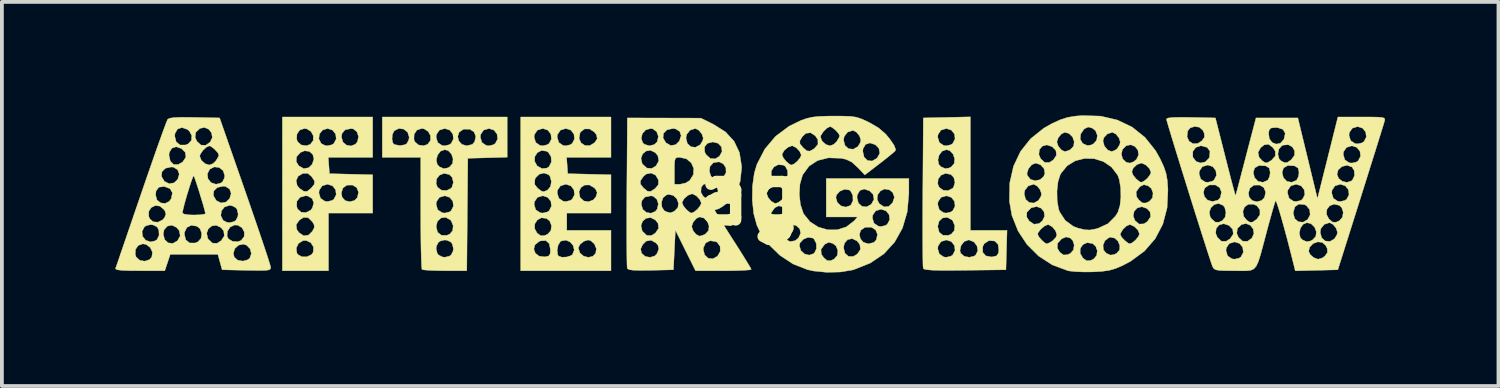
<source format=kicad_pcb>
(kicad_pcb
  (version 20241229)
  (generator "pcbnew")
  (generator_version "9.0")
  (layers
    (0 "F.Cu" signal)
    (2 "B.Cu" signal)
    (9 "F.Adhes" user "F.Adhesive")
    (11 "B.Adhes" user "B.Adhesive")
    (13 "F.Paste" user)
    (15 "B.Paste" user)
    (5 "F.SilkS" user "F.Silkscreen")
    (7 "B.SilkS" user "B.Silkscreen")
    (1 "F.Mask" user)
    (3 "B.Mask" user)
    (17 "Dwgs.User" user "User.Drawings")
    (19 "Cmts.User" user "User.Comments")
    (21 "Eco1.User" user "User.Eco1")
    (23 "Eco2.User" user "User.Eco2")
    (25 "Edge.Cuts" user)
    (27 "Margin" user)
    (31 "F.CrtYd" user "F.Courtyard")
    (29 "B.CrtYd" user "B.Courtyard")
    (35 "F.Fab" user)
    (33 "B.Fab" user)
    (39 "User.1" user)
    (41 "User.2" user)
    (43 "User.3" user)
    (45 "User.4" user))
  (footprint "ag"
    (layer "F.Cu")
    (at 16.758 2.074)
    (property "Reference" "ag" (at 0 0 0) (layer "F.SilkS") (effects (font (size 1.524 1.524) (thickness 0.3))))
    (attr through_hole)
    (fp_poly (pts (xy 5.842 0.965) (xy 6.811 0.965) (xy 6.782 2.007) (xy 5.701 2.02) (xy 5.324 2.024) (xy 5.038 2.023) (xy 4.833 2.017) (xy 4.698 2.006) (xy 4.622 1.99) (xy 4.596 1.969) (xy 4.59 1.906) (xy 4.586 1.752) (xy 4.583 1.519) (xy 4.583 1.448) (xy 4.978 1.448) (xy 5.021 1.589) (xy 5.136 1.667) (xy 5.207 1.676) (xy 5.324 1.649) (xy 5.375 1.615) (xy 5.435 1.498) (xy 5.566 1.498) (xy 5.586 1.571) (xy 5.679 1.651) (xy 5.814 1.677) (xy 5.944 1.645) (xy 5.984 1.615) (xy 6.039 1.501) (xy 6.021 1.398) (xy 6.167 1.398) (xy 6.169 1.546) (xy 6.252 1.64) (xy 6.403 1.668) (xy 6.422 1.666) (xy 6.535 1.639) (xy 6.583 1.566) (xy 6.594 1.494) (xy 6.574 1.337) (xy 6.486 1.247) (xy 6.343 1.236) (xy 6.326 1.24) (xy 6.207 1.317) (xy 6.167 1.398) (xy 6.021 1.398) (xy 6.017 1.376) (xy 5.936 1.271) (xy 5.811 1.22) (xy 5.789 1.219) (xy 5.676 1.263) (xy 5.594 1.369) (xy 5.566 1.498) (xy 5.435 1.498) (xy 5.437 1.494) (xy 5.421 1.365) (xy 5.34 1.262) (xy 5.21 1.219) (xy 5.207 1.219) (xy 5.066 1.262) (xy 4.988 1.377) (xy 4.978 1.448) (xy 4.583 1.448) (xy 4.581 1.219) (xy 4.581 0.864) (xy 4.581 0.863) (xy 4.978 0.863) (xy 5.017 1.014) (xy 5.118 1.095) (xy 5.262 1.096) (xy 5.337 1.065) (xy 5.416 0.973) (xy 5.43 0.842) (xy 5.377 0.714) (xy 5.356 0.689) (xy 5.231 0.621) (xy 5.108 0.637) (xy 5.014 0.724) (xy 4.978 0.863) (xy 4.581 0.863) (xy 4.581 0.464) (xy 4.582 0.279) (xy 4.978 0.279) (xy 5.021 0.421) (xy 5.136 0.499) (xy 5.207 0.508) (xy 5.324 0.48) (xy 5.375 0.447) (xy 5.437 0.326) (xy 5.421 0.197) (xy 5.34 0.094) (xy 5.21 0.051) (xy 5.207 0.051) (xy 5.066 0.093) (xy 4.988 0.208) (xy 4.978 0.279) (xy 4.582 0.279) (xy 4.584 0.031) (xy 4.584 -0.051) (xy 4.586 -0.264) (xy 4.979 -0.264) (xy 5.017 -0.173) (xy 5.121 -0.096) (xy 5.255 -0.087) (xy 5.373 -0.146) (xy 5.397 -0.174) (xy 5.435 -0.304) (xy 5.403 -0.435) (xy 5.328 -0.511) (xy 5.188 -0.541) (xy 5.068 -0.494) (xy 4.991 -0.394) (xy 4.979 -0.264) (xy 4.586 -0.264) (xy 4.59 -0.896) (xy 4.984 -0.896) (xy 5.008 -0.777) (xy 5.067 -0.715) (xy 5.177 -0.667) (xy 5.274 -0.682) (xy 5.337 -0.713) (xy 5.414 -0.802) (xy 5.427 -0.926) (xy 5.385 -1.051) (xy 5.298 -1.143) (xy 5.207 -1.168) (xy 5.094 -1.127) (xy 5.016 -1.024) (xy 4.984 -0.896) (xy 4.59 -0.896) (xy 4.594 -1.499) (xy 4.978 -1.499) (xy 5.021 -1.357) (xy 5.136 -1.279) (xy 5.207 -1.27) (xy 5.324 -1.298) (xy 5.375 -1.331) (xy 5.437 -1.452) (xy 5.421 -1.581) (xy 5.34 -1.684) (xy 5.21 -1.727) (xy 5.207 -1.727) (xy 5.066 -1.685) (xy 4.988 -1.57) (xy 4.978 -1.499) (xy 4.594 -1.499) (xy 4.597 -2.007) (xy 5.842 -2.035) (xy 5.842 0.965)) (stroke (width 0.01) (type solid)) (fill yes) (layer "F.SilkS"))
    (fp_poly (pts (xy -9.957 -0.965) (xy -10.544 -0.965) (xy -11.131 -0.965) (xy -11.115 -0.749) (xy -11.1 -0.533) (xy -10.528 -0.519) (xy -9.957 -0.505) (xy -9.957 0.508) (xy -11.125 0.508) (xy -11.125 2.032) (xy -12.344 2.032) (xy -12.344 1.43) (xy -11.976 1.43) (xy -11.963 1.559) (xy -11.935 1.603) (xy -11.829 1.664) (xy -11.694 1.663) (xy -11.576 1.607) (xy -11.527 1.539) (xy -11.522 1.402) (xy -11.593 1.291) (xy -11.713 1.233) (xy -11.802 1.238) (xy -11.918 1.31) (xy -11.976 1.43) (xy -12.344 1.43) (xy -12.344 0.816) (xy -11.979 0.816) (xy -11.962 0.945) (xy -11.905 1.025) (xy -11.78 1.108) (xy -11.655 1.091) (xy -11.552 0.991) (xy -11.499 0.891) (xy -11.507 0.813) (xy -11.552 0.737) (xy -11.662 0.63) (xy -11.786 0.624) (xy -11.896 0.694) (xy -11.979 0.816) (xy -12.344 0.816) (xy -12.344 0.337) (xy -11.966 0.337) (xy -11.94 0.403) (xy -11.848 0.485) (xy -11.723 0.495) (xy -11.602 0.436) (xy -11.555 0.381) (xy -11.513 0.241) (xy -11.557 0.124) (xy -11.672 0.057) (xy -11.734 0.051) (xy -11.879 0.092) (xy -11.961 0.196) (xy -11.966 0.337) (xy -12.344 0.337) (xy -12.344 -0.025) (xy -11.379 -0.025) (xy -11.337 0.116) (xy -11.222 0.194) (xy -11.151 0.203) (xy -11.034 0.176) (xy -10.983 0.142) (xy -10.921 0.021) (xy -10.926 -0.02) (xy -10.786 -0.02) (xy -10.765 0.089) (xy -10.686 0.178) (xy -10.564 0.208) (xy -10.44 0.177) (xy -10.362 0.1) (xy -10.33 -0.045) (xy -10.38 -0.167) (xy -10.491 -0.233) (xy -10.641 -0.23) (xy -10.746 -0.151) (xy -10.786 -0.02) (xy -10.926 -0.02) (xy -10.937 -0.108) (xy -11.017 -0.211) (xy -11.148 -0.254) (xy -11.151 -0.254) (xy -11.292 -0.211) (xy -11.37 -0.097) (xy -11.379 -0.025) (xy -12.344 -0.025) (xy -12.344 -0.349) (xy -11.98 -0.349) (xy -11.953 -0.219) (xy -11.889 -0.144) (xy -11.775 -0.067) (xy -11.69 -0.066) (xy -11.592 -0.143) (xy -11.582 -0.152) (xy -11.5 -0.253) (xy -11.494 -0.338) (xy -11.565 -0.448) (xy -11.574 -0.459) (xy -11.672 -0.541) (xy -11.79 -0.543) (xy -11.802 -0.54) (xy -11.927 -0.467) (xy -11.98 -0.349) (xy -12.344 -0.349) (xy -12.344 -0.849) (xy -11.977 -0.849) (xy -11.909 -0.74) (xy -11.779 -0.667) (xy -11.649 -0.69) (xy -11.557 -0.78) (xy -11.509 -0.922) (xy -11.541 -1.043) (xy -11.63 -1.122) (xy -11.757 -1.138) (xy -11.865 -1.095) (xy -11.968 -0.981) (xy -11.977 -0.849) (xy -12.344 -0.849) (xy -12.344 -1.443) (xy -11.966 -1.443) (xy -11.941 -1.378) (xy -11.846 -1.293) (xy -11.711 -1.271) (xy -11.604 -1.309) (xy -11.528 -1.411) (xy -11.527 -1.455) (xy -11.381 -1.455) (xy -11.32 -1.333) (xy -11.318 -1.331) (xy -11.219 -1.28) (xy -11.151 -1.27) (xy -11.034 -1.298) (xy -10.983 -1.331) (xy -10.921 -1.452) (xy -10.926 -1.499) (xy -10.782 -1.499) (xy -10.743 -1.367) (xy -10.647 -1.287) (xy -10.526 -1.266) (xy -10.411 -1.313) (xy -10.36 -1.378) (xy -10.331 -1.514) (xy -10.371 -1.637) (xy -10.465 -1.715) (xy -10.527 -1.726) (xy -10.686 -1.693) (xy -10.768 -1.595) (xy -10.782 -1.499) (xy -10.926 -1.499) (xy -10.937 -1.581) (xy -11.017 -1.684) (xy -11.148 -1.727) (xy -11.151 -1.727) (xy -11.282 -1.686) (xy -11.363 -1.584) (xy -11.381 -1.455) (xy -11.527 -1.455) (xy -11.526 -1.534) (xy -11.586 -1.647) (xy -11.697 -1.718) (xy -11.764 -1.727) (xy -11.886 -1.685) (xy -11.959 -1.579) (xy -11.966 -1.443) (xy -12.344 -1.443) (xy -12.344 -2.032) (xy -9.957 -2.032) (xy -9.957 -0.965)) (stroke (width 0.01) (type solid)) (fill yes) (layer "F.SilkS"))
    (fp_poly (pts (xy -6.401 -0.969) (xy -6.921 -0.954) (xy -7.442 -0.94) (xy -7.456 0.546) (xy -7.469 2.032) (xy -8.044 2.032) (xy -8.276 2.029) (xy -8.47 2.021) (xy -8.603 2.01) (xy -8.653 1.998) (xy -8.662 1.941) (xy -8.669 1.794) (xy -8.676 1.573) (xy -8.679 1.448) (xy -8.28 1.448) (xy -8.253 1.564) (xy -8.219 1.615) (xy -8.12 1.666) (xy -8.052 1.676) (xy -7.935 1.649) (xy -7.884 1.615) (xy -7.833 1.516) (xy -7.823 1.448) (xy -7.851 1.331) (xy -7.884 1.28) (xy -7.983 1.229) (xy -8.052 1.219) (xy -8.168 1.247) (xy -8.219 1.28) (xy -8.27 1.379) (xy -8.28 1.448) (xy -8.679 1.448) (xy -8.682 1.289) (xy -8.685 0.955) (xy -8.686 0.863) (xy -8.28 0.863) (xy -8.242 1.014) (xy -8.141 1.095) (xy -7.997 1.096) (xy -7.921 1.065) (xy -7.843 0.973) (xy -7.829 0.842) (xy -7.882 0.714) (xy -7.903 0.689) (xy -8.028 0.621) (xy -8.151 0.637) (xy -8.245 0.724) (xy -8.28 0.863) (xy -8.686 0.863) (xy -8.687 0.586) (xy -8.687 0.5) (xy -8.687 0.279) (xy -8.28 0.279) (xy -8.238 0.421) (xy -8.123 0.499) (xy -8.052 0.508) (xy -7.935 0.48) (xy -7.884 0.447) (xy -7.822 0.326) (xy -7.838 0.197) (xy -7.918 0.094) (xy -8.049 0.051) (xy -8.052 0.051) (xy -8.193 0.093) (xy -8.271 0.208) (xy -8.28 0.279) (xy -8.687 0.279) (xy -8.687 -0.264) (xy -8.28 -0.264) (xy -8.242 -0.173) (xy -8.137 -0.096) (xy -8.004 -0.087) (xy -7.886 -0.146) (xy -7.862 -0.174) (xy -7.824 -0.304) (xy -7.856 -0.435) (xy -7.931 -0.511) (xy -8.071 -0.541) (xy -8.191 -0.494) (xy -8.268 -0.394) (xy -8.28 -0.264) (xy -8.687 -0.264) (xy -8.687 -0.896) (xy -8.275 -0.896) (xy -8.25 -0.777) (xy -8.191 -0.715) (xy -8.082 -0.667) (xy -7.985 -0.682) (xy -7.921 -0.713) (xy -7.845 -0.802) (xy -7.832 -0.926) (xy -7.874 -1.051) (xy -7.96 -1.143) (xy -8.052 -1.168) (xy -8.165 -1.127) (xy -8.242 -1.024) (xy -8.275 -0.896) (xy -8.687 -0.896) (xy -8.687 -0.965) (xy -9.703 -0.965) (xy -9.703 -1.448) (xy -9.446 -1.448) (xy -9.423 -1.343) (xy -9.385 -1.304) (xy -9.235 -1.275) (xy -9.099 -1.3) (xy -9.053 -1.331) (xy -9.002 -1.43) (xy -9 -1.443) (xy -8.867 -1.443) (xy -8.843 -1.378) (xy -8.747 -1.293) (xy -8.612 -1.271) (xy -8.505 -1.309) (xy -8.429 -1.411) (xy -8.428 -1.499) (xy -8.28 -1.499) (xy -8.238 -1.357) (xy -8.123 -1.279) (xy -8.052 -1.27) (xy -7.935 -1.298) (xy -7.884 -1.331) (xy -7.822 -1.452) (xy -7.83 -1.518) (xy -7.709 -1.518) (xy -7.683 -1.402) (xy -7.601 -1.309) (xy -7.47 -1.27) (xy -7.468 -1.27) (xy -7.323 -1.308) (xy -7.263 -1.374) (xy -7.235 -1.499) (xy -7.112 -1.499) (xy -7.069 -1.357) (xy -6.955 -1.279) (xy -6.883 -1.27) (xy -6.767 -1.298) (xy -6.716 -1.331) (xy -6.653 -1.452) (xy -6.67 -1.581) (xy -6.75 -1.684) (xy -6.881 -1.727) (xy -6.883 -1.727) (xy -7.025 -1.685) (xy -7.103 -1.57) (xy -7.112 -1.499) (xy -7.235 -1.499) (xy -7.23 -1.518) (xy -7.279 -1.637) (xy -7.389 -1.708) (xy -7.541 -1.71) (xy -7.567 -1.703) (xy -7.672 -1.629) (xy -7.709 -1.518) (xy -7.83 -1.518) (xy -7.838 -1.581) (xy -7.918 -1.684) (xy -8.049 -1.727) (xy -8.052 -1.727) (xy -8.193 -1.685) (xy -8.271 -1.57) (xy -8.28 -1.499) (xy -8.428 -1.499) (xy -8.427 -1.534) (xy -8.487 -1.647) (xy -8.598 -1.718) (xy -8.665 -1.727) (xy -8.787 -1.685) (xy -8.86 -1.579) (xy -8.867 -1.443) (xy -9 -1.443) (xy -8.992 -1.499) (xy -9.033 -1.63) (xy -9.135 -1.711) (xy -9.264 -1.729) (xy -9.386 -1.668) (xy -9.388 -1.666) (xy -9.435 -1.572) (xy -9.446 -1.448) (xy -9.703 -1.448) (xy -9.703 -2.032) (xy -6.401 -2.032) (xy -6.401 -0.969)) (stroke (width 0.01) (type solid)) (fill yes) (layer "F.SilkS"))
    (fp_poly (pts (xy -3.658 -0.965) (xy -4.245 -0.965) (xy -4.832 -0.965) (xy -4.816 -0.749) (xy -4.801 -0.533) (xy -4.229 -0.519) (xy -3.658 -0.505) (xy -3.658 0.508) (xy -4.826 0.508) (xy -4.826 0.965) (xy -3.658 0.965) (xy -3.658 2.032) (xy -6.045 2.032) (xy -6.045 1.46) (xy -5.697 1.46) (xy -5.658 1.568) (xy -5.559 1.646) (xy -5.41 1.666) (xy -5.306 1.644) (xy -5.265 1.583) (xy -5.259 1.491) (xy -5.08 1.491) (xy -5.067 1.607) (xy -5.046 1.643) (xy -4.956 1.675) (xy -4.827 1.669) (xy -4.711 1.631) (xy -4.676 1.603) (xy -4.629 1.485) (xy -4.642 1.429) (xy -4.521 1.429) (xy -4.481 1.559) (xy -4.383 1.646) (xy -4.258 1.679) (xy -4.136 1.65) (xy -4.062 1.571) (xy -4.045 1.448) (xy -4.096 1.324) (xy -4.193 1.237) (xy -4.265 1.219) (xy -4.375 1.254) (xy -4.474 1.333) (xy -4.521 1.424) (xy -4.521 1.429) (xy -4.642 1.429) (xy -4.657 1.367) (xy -4.738 1.272) (xy -4.849 1.224) (xy -4.968 1.245) (xy -5.001 1.267) (xy -5.056 1.36) (xy -5.08 1.491) (xy -5.259 1.491) (xy -5.258 1.479) (xy -5.289 1.317) (xy -5.377 1.236) (xy -5.513 1.241) (xy -5.559 1.259) (xy -5.668 1.348) (xy -5.697 1.46) (xy -6.045 1.46) (xy -6.045 0.919) (xy -5.677 0.919) (xy -5.61 1.038) (xy -5.512 1.108) (xy -5.409 1.101) (xy -5.331 1.065) (xy -5.247 0.971) (xy -5.23 0.843) (xy -5.276 0.72) (xy -5.359 0.651) (xy -5.495 0.632) (xy -5.604 0.689) (xy -5.671 0.793) (xy -5.677 0.919) (xy -6.045 0.919) (xy -6.045 0.279) (xy -5.69 0.279) (xy -5.647 0.421) (xy -5.532 0.499) (xy -5.461 0.508) (xy -5.344 0.48) (xy -5.293 0.447) (xy -5.231 0.326) (xy -5.247 0.197) (xy -5.328 0.094) (xy -5.458 0.051) (xy -5.461 0.051) (xy -5.602 0.093) (xy -5.68 0.208) (xy -5.69 0.279) (xy -6.045 0.279) (xy -6.045 -0.025) (xy -5.08 -0.025) (xy -5.037 0.116) (xy -4.923 0.194) (xy -4.851 0.203) (xy -4.735 0.176) (xy -4.684 0.142) (xy -4.621 0.021) (xy -4.631 -0.054) (xy -4.504 -0.054) (xy -4.478 0.086) (xy -4.471 0.1) (xy -4.376 0.188) (xy -4.247 0.207) (xy -4.123 0.159) (xy -4.054 0.074) (xy -4.023 -0.032) (xy -4.06 -0.117) (xy -4.101 -0.161) (xy -4.229 -0.236) (xy -4.355 -0.232) (xy -4.454 -0.166) (xy -4.504 -0.054) (xy -4.631 -0.054) (xy -4.638 -0.108) (xy -4.718 -0.211) (xy -4.849 -0.254) (xy -4.851 -0.254) (xy -4.993 -0.211) (xy -5.071 -0.097) (xy -5.08 -0.025) (xy -6.045 -0.025) (xy -6.045 -0.249) (xy -5.675 -0.249) (xy -5.599 -0.152) (xy -5.59 -0.144) (xy -5.496 -0.073) (xy -5.434 -0.057) (xy -5.355 -0.091) (xy -5.331 -0.103) (xy -5.256 -0.194) (xy -5.233 -0.326) (xy -5.266 -0.455) (xy -5.308 -0.507) (xy -5.428 -0.551) (xy -5.556 -0.518) (xy -5.651 -0.424) (xy -5.671 -0.372) (xy -5.675 -0.249) (xy -6.045 -0.249) (xy -6.045 -0.859) (xy -5.677 -0.859) (xy -5.61 -0.74) (xy -5.482 -0.668) (xy -5.35 -0.681) (xy -5.293 -0.721) (xy -5.233 -0.843) (xy -5.242 -0.983) (xy -5.314 -1.098) (xy -5.359 -1.127) (xy -5.495 -1.146) (xy -5.604 -1.089) (xy -5.671 -0.985) (xy -5.677 -0.859) (xy -6.045 -0.859) (xy -6.045 -1.499) (xy -5.69 -1.499) (xy -5.647 -1.357) (xy -5.532 -1.279) (xy -5.461 -1.27) (xy -5.344 -1.298) (xy -5.293 -1.331) (xy -5.231 -1.452) (xy -5.237 -1.499) (xy -5.08 -1.499) (xy -5.037 -1.357) (xy -4.923 -1.279) (xy -4.851 -1.27) (xy -4.735 -1.298) (xy -4.684 -1.331) (xy -4.621 -1.452) (xy -4.623 -1.462) (xy -4.501 -1.462) (xy -4.449 -1.347) (xy -4.347 -1.279) (xy -4.219 -1.275) (xy -4.093 -1.35) (xy -4.021 -1.456) (xy -4.041 -1.56) (xy -4.097 -1.634) (xy -4.222 -1.715) (xy -4.353 -1.717) (xy -4.457 -1.642) (xy -4.477 -1.607) (xy -4.501 -1.462) (xy -4.623 -1.462) (xy -4.638 -1.581) (xy -4.718 -1.684) (xy -4.849 -1.727) (xy -4.851 -1.727) (xy -4.993 -1.685) (xy -5.071 -1.57) (xy -5.08 -1.499) (xy -5.237 -1.499) (xy -5.247 -1.581) (xy -5.328 -1.684) (xy -5.458 -1.727) (xy -5.461 -1.727) (xy -5.602 -1.685) (xy -5.68 -1.57) (xy -5.69 -1.499) (xy -6.045 -1.499) (xy -6.045 -2.032) (xy -3.658 -2.032) (xy -3.658 -0.965)) (stroke (width 0.01) (type solid)) (fill yes) (layer "F.SilkS"))
    (fp_poly (pts (xy -1.284 -2.002) (xy -0.947 -1.836) (xy -0.63 -1.636) (xy -0.404 -1.39) (xy -0.263 -1.094) (xy -0.207 -0.741) (xy -0.205 -0.682) (xy -0.244 -0.328) (xy -0.362 -0.025) (xy -0.558 0.216) (xy -0.573 0.229) (xy -0.701 0.329) (xy -0.807 0.393) (xy -0.847 0.406) (xy -0.909 0.424) (xy -0.914 0.435) (xy -0.888 0.484) (xy -0.816 0.605) (xy -0.706 0.783) (xy -0.567 1.003) (xy -0.432 1.214) (xy -0.275 1.459) (xy -0.14 1.675) (xy -0.035 1.846) (xy 0.032 1.959) (xy 0.051 1.999) (xy 0.003 2.01) (xy -0.129 2.02) (xy -0.326 2.028) (xy -0.571 2.032) (xy -0.686 2.032) (xy -1.423 2.032) (xy -1.701 1.472) (xy -1.219 1.472) (xy -1.181 1.617) (xy -1.086 1.703) (xy -0.963 1.716) (xy -0.842 1.647) (xy -0.769 1.52) (xy -0.774 1.386) (xy -0.851 1.281) (xy -0.883 1.264) (xy -1.035 1.238) (xy -1.154 1.296) (xy -1.215 1.424) (xy -1.219 1.472) (xy -1.701 1.472) (xy -1.956 0.959) (xy -2.007 2.007) (xy -2.604 2.021) (xy -2.878 2.024) (xy -3.064 2.019) (xy -3.175 2.003) (xy -3.224 1.977) (xy -3.227 1.97) (xy -3.233 1.906) (xy -3.237 1.752) (xy -3.24 1.519) (xy -3.24 1.458) (xy -2.874 1.458) (xy -2.851 1.562) (xy -2.847 1.571) (xy -2.754 1.654) (xy -2.624 1.678) (xy -2.5 1.641) (xy -2.44 1.578) (xy -2.392 1.452) (xy -2.418 1.356) (xy -2.467 1.299) (xy -2.597 1.226) (xy -2.727 1.249) (xy -2.822 1.343) (xy -2.874 1.458) (xy -3.24 1.458) (xy -3.242 1.219) (xy -3.242 0.864) (xy -3.242 0.839) (xy -2.865 0.839) (xy -2.835 0.973) (xy -2.822 0.994) (xy -2.712 1.098) (xy -2.588 1.102) (xy -2.481 1.034) (xy -2.397 0.907) (xy -2.403 0.864) (xy -1.524 0.864) (xy -1.489 0.972) (xy -1.409 1.071) (xy -1.319 1.117) (xy -1.314 1.118) (xy -1.231 1.095) (xy -1.165 1.065) (xy -1.08 0.973) (xy -1.066 0.85) (xy -1.111 0.728) (xy -1.205 0.638) (xy -1.314 0.61) (xy -1.403 0.651) (xy -1.485 0.748) (xy -1.524 0.857) (xy -1.524 0.864) (xy -2.403 0.864) (xy -2.415 0.777) (xy -2.486 0.689) (xy -2.61 0.628) (xy -2.73 0.646) (xy -2.822 0.723) (xy -2.865 0.839) (xy -3.242 0.839) (xy -3.242 0.464) (xy -3.241 0.279) (xy -2.857 0.279) (xy -2.818 0.411) (xy -2.722 0.491) (xy -2.601 0.512) (xy -2.486 0.465) (xy -2.435 0.4) (xy -2.406 0.264) (xy -2.421 0.218) (xy -2.323 0.218) (xy -2.314 0.345) (xy -2.252 0.444) (xy -2.195 0.473) (xy -2.112 0.496) (xy -2.092 0.502) (xy -2.041 0.486) (xy -1.978 0.455) (xy -1.89 0.364) (xy -1.874 0.246) (xy -1.878 0.236) (xy -1.778 0.236) (xy -1.742 0.322) (xy -1.66 0.421) (xy -1.568 0.494) (xy -1.524 0.508) (xy -1.454 0.475) (xy -1.372 0.406) (xy -1.297 0.312) (xy -1.27 0.245) (xy -1.31 0.149) (xy -1.4 0.053) (xy -1.5 0.001) (xy -1.515 0) (xy -1.62 0.037) (xy -1.72 0.122) (xy -1.776 0.218) (xy -1.778 0.236) (xy -1.878 0.236) (xy -1.918 0.13) (xy -2.007 0.044) (xy -2.13 0.015) (xy -2.184 0.025) (xy -2.279 0.099) (xy -2.323 0.218) (xy -2.421 0.218) (xy -2.447 0.141) (xy -2.541 0.063) (xy -2.602 0.052) (xy -2.761 0.085) (xy -2.843 0.183) (xy -2.857 0.279) (xy -3.241 0.279) (xy -3.24 0.031) (xy -3.239 -0.04) (xy -1.281 -0.04) (xy -1.22 0.066) (xy -1.118 0.133) (xy -1 0.147) (xy -0.896 0.093) (xy -0.86 0.044) (xy -0.828 -0.083) (xy -0.859 -0.187) (xy -0.923 -0.276) (xy -1.026 -0.299) (xy -1.074 -0.295) (xy -1.217 -0.247) (xy -1.273 -0.171) (xy -1.281 -0.04) (xy -3.239 -0.04) (xy -3.239 -0.051) (xy -3.238 -0.26) (xy -2.88 -0.26) (xy -2.804 -0.162) (xy -2.794 -0.152) (xy -2.693 -0.07) (xy -2.608 -0.064) (xy -2.499 -0.135) (xy -2.487 -0.144) (xy -2.405 -0.242) (xy -2.403 -0.36) (xy -2.406 -0.372) (xy -2.48 -0.497) (xy -2.598 -0.55) (xy -2.728 -0.523) (xy -2.803 -0.459) (xy -2.879 -0.345) (xy -2.88 -0.26) (xy -3.238 -0.26) (xy -3.235 -0.61) (xy -1.981 -0.61) (xy -1.981 -0.254) (xy -1.829 -0.254) (xy -1.68 -0.288) (xy -1.575 -0.356) (xy -1.48 -0.509) (xy -1.475 -0.598) (xy -1.058 -0.598) (xy -1.018 -0.472) (xy -0.931 -0.381) (xy -0.838 -0.356) (xy -0.749 -0.389) (xy -0.689 -0.435) (xy -0.616 -0.562) (xy -0.621 -0.689) (xy -0.688 -0.792) (xy -0.8 -0.846) (xy -0.938 -0.827) (xy -0.959 -0.816) (xy -1.041 -0.724) (xy -1.058 -0.598) (xy -1.475 -0.598) (xy -1.471 -0.672) (xy -1.535 -0.819) (xy -1.662 -0.925) (xy -1.84 -0.965) (xy -1.914 -0.961) (xy -1.956 -0.935) (xy -1.975 -0.865) (xy -1.981 -0.727) (xy -1.981 -0.61) (xy -3.235 -0.61) (xy -3.233 -0.939) (xy -2.865 -0.939) (xy -2.835 -0.805) (xy -2.822 -0.784) (xy -2.708 -0.681) (xy -2.577 -0.672) (xy -2.467 -0.74) (xy -2.394 -0.871) (xy -2.419 -1.008) (xy -2.486 -1.089) (xy -2.61 -1.15) (xy -2.73 -1.132) (xy -2.822 -1.055) (xy -2.865 -0.939) (xy -3.233 -0.939) (xy -3.229 -1.469) (xy -2.858 -1.469) (xy -2.819 -1.353) (xy -2.772 -1.309) (xy -2.642 -1.27) (xy -2.511 -1.303) (xy -2.435 -1.378) (xy -2.413 -1.479) (xy -2.282 -1.479) (xy -2.207 -1.351) (xy -2.206 -1.35) (xy -2.077 -1.277) (xy -1.946 -1.3) (xy -1.852 -1.394) (xy -1.824 -1.474) (xy -1.676 -1.474) (xy -1.638 -1.329) (xy -1.544 -1.244) (xy -1.42 -1.231) (xy -1.409 -1.237) (xy -1.187 -1.237) (xy -1.179 -1.103) (xy -1.145 -1.038) (xy -1.032 -0.935) (xy -0.9 -0.926) (xy -0.791 -0.994) (xy -0.722 -1.119) (xy -0.738 -1.242) (xy -0.825 -1.336) (xy -0.965 -1.372) (xy -1.112 -1.334) (xy -1.187 -1.237) (xy -1.409 -1.237) (xy -1.299 -1.299) (xy -1.234 -1.405) (xy -1.219 -1.473) (xy -1.254 -1.581) (xy -1.334 -1.68) (xy -1.424 -1.727) (xy -1.429 -1.727) (xy -1.569 -1.682) (xy -1.659 -1.568) (xy -1.676 -1.474) (xy -1.824 -1.474) (xy -1.803 -1.536) (xy -1.842 -1.652) (xy -1.955 -1.72) (xy -2.024 -1.727) (xy -2.179 -1.692) (xy -2.269 -1.601) (xy -2.282 -1.479) (xy -2.413 -1.479) (xy -2.405 -1.517) (xy -2.449 -1.641) (xy -2.55 -1.717) (xy -2.612 -1.727) (xy -2.743 -1.688) (xy -2.829 -1.591) (xy -2.858 -1.469) (xy -3.229 -1.469) (xy -3.226 -2.007) (xy -1.284 -2.002)) (stroke (width 0.01) (type solid)) (fill yes) (layer "F.SilkS"))
    (fp_poly (pts (xy 9.284 -2.055) (xy 9.726 -1.952) (xy 10.119 -1.764) (xy 10.458 -1.492) (xy 10.737 -1.142) (xy 10.855 -0.932) (xy 10.954 -0.718) (xy 11.014 -0.542) (xy 11.047 -0.357) (xy 11.064 -0.117) (xy 11.064 -0.11) (xy 11.042 0.368) (xy 10.929 0.8) (xy 10.729 1.183) (xy 10.444 1.512) (xy 10.076 1.783) (xy 9.865 1.894) (xy 9.678 1.974) (xy 9.507 2.023) (xy 9.312 2.05) (xy 9.075 2.063) (xy 8.841 2.065) (xy 8.621 2.056) (xy 8.453 2.038) (xy 8.413 2.029) (xy 8.006 1.877) (xy 7.643 1.642) (xy 7.438 1.437) (xy 8.14 1.437) (xy 8.208 1.546) (xy 8.305 1.616) (xy 8.409 1.609) (xy 8.487 1.573) (xy 8.488 1.572) (xy 8.743 1.572) (xy 8.817 1.698) (xy 8.915 1.768) (xy 9.018 1.762) (xy 9.097 1.725) (xy 9.179 1.632) (xy 9.197 1.503) (xy 9.153 1.381) (xy 9.127 1.359) (xy 9.348 1.359) (xy 9.361 1.484) (xy 9.436 1.571) (xy 9.546 1.619) (xy 9.643 1.604) (xy 9.706 1.573) (xy 9.784 1.486) (xy 9.793 1.37) (xy 9.747 1.255) (xy 9.66 1.171) (xy 9.547 1.146) (xy 9.506 1.156) (xy 9.398 1.238) (xy 9.348 1.359) (xy 9.127 1.359) (xy 9.074 1.314) (xy 8.929 1.29) (xy 8.815 1.342) (xy 8.747 1.444) (xy 8.743 1.572) (xy 8.488 1.572) (xy 8.567 1.481) (xy 8.586 1.351) (xy 8.545 1.227) (xy 8.48 1.167) (xy 8.375 1.139) (xy 8.262 1.184) (xy 8.252 1.191) (xy 8.148 1.305) (xy 8.14 1.437) (xy 7.438 1.437) (xy 7.338 1.337) (xy 7.159 1.067) (xy 7.62 1.067) (xy 7.654 1.138) (xy 7.733 1.229) (xy 7.818 1.302) (xy 7.863 1.321) (xy 7.93 1.294) (xy 8.015 1.242) (xy 8.1 1.154) (xy 8.128 1.081) (xy 8.127 1.078) (xy 9.804 1.078) (xy 9.84 1.146) (xy 9.922 1.233) (xy 10.012 1.303) (xy 10.058 1.321) (xy 10.128 1.288) (xy 10.211 1.219) (xy 10.286 1.125) (xy 10.312 1.058) (xy 10.271 0.958) (xy 10.176 0.864) (xy 10.069 0.814) (xy 10.053 0.813) (xy 9.964 0.852) (xy 9.87 0.943) (xy 9.81 1.045) (xy 9.804 1.078) (xy 8.127 1.078) (xy 8.092 0.973) (xy 8.007 0.871) (xy 7.909 0.815) (xy 7.892 0.813) (xy 7.806 0.848) (xy 7.707 0.93) (xy 7.634 1.022) (xy 7.62 1.067) (xy 7.159 1.067) (xy 7.1 0.976) (xy 6.956 0.612) (xy 7.33 0.612) (xy 7.399 0.72) (xy 7.525 0.803) (xy 7.656 0.786) (xy 7.744 0.715) (xy 7.805 0.59) (xy 7.787 0.47) (xy 7.71 0.378) (xy 7.594 0.336) (xy 7.46 0.366) (xy 7.439 0.379) (xy 7.334 0.488) (xy 7.33 0.612) (xy 6.956 0.612) (xy 6.94 0.573) (xy 6.873 0.191) (xy 6.877 -0.001) (xy 7.264 -0.001) (xy 7.302 0.144) (xy 7.397 0.229) (xy 7.521 0.243) (xy 7.642 0.174) (xy 7.707 0.068) (xy 7.722 0) (xy 7.697 -0.076) (xy 8.131 -0.076) (xy 8.136 0.178) (xy 8.173 0.4) (xy 8.198 0.472) (xy 8.347 0.7) (xy 8.563 0.859) (xy 8.687 0.906) (xy 8.86 0.948) (xy 8.995 0.956) (xy 9.146 0.929) (xy 9.22 0.909) (xy 9.479 0.789) (xy 9.679 0.587) (xy 9.681 0.584) (xy 10.146 0.584) (xy 10.192 0.705) (xy 10.302 0.799) (xy 10.429 0.793) (xy 10.524 0.729) (xy 10.607 0.603) (xy 10.592 0.477) (xy 10.51 0.388) (xy 10.375 0.34) (xy 10.255 0.372) (xy 10.171 0.461) (xy 10.146 0.584) (xy 9.681 0.584) (xy 9.742 0.483) (xy 9.796 0.311) (xy 9.82 0.083) (xy 9.816 -0.053) (xy 10.223 -0.053) (xy 10.234 0.074) (xy 10.295 0.161) (xy 10.388 0.24) (xy 10.481 0.242) (xy 10.57 0.201) (xy 10.654 0.108) (xy 10.671 -0.021) (xy 10.624 -0.144) (xy 10.541 -0.212) (xy 10.43 -0.243) (xy 10.338 -0.199) (xy 10.313 -0.178) (xy 10.223 -0.053) (xy 9.816 -0.053) (xy 9.814 -0.16) (xy 9.778 -0.378) (xy 9.737 -0.492) (xy 9.67 -0.581) (xy 10.109 -0.581) (xy 10.145 -0.492) (xy 10.227 -0.392) (xy 10.319 -0.319) (xy 10.363 -0.305) (xy 10.433 -0.338) (xy 10.516 -0.406) (xy 10.59 -0.501) (xy 10.617 -0.568) (xy 10.576 -0.667) (xy 10.482 -0.762) (xy 10.375 -0.812) (xy 10.359 -0.813) (xy 10.243 -0.773) (xy 10.146 -0.68) (xy 10.109 -0.581) (xy 9.67 -0.581) (xy 9.575 -0.706) (xy 9.362 -0.852) (xy 9.118 -0.929) (xy 8.862 -0.936) (xy 8.616 -0.874) (xy 8.4 -0.742) (xy 8.235 -0.54) (xy 8.217 -0.507) (xy 8.158 -0.319) (xy 8.131 -0.076) (xy 7.697 -0.076) (xy 7.687 -0.108) (xy 7.607 -0.207) (xy 7.517 -0.254) (xy 7.511 -0.254) (xy 7.372 -0.209) (xy 7.282 -0.095) (xy 7.264 -0.001) (xy 6.877 -0.001) (xy 6.882 -0.288) (xy 6.94 -0.544) (xy 7.338 -0.544) (xy 7.347 -0.486) (xy 7.43 -0.383) (xy 7.552 -0.347) (xy 7.68 -0.373) (xy 7.779 -0.457) (xy 7.813 -0.546) (xy 7.787 -0.67) (xy 7.694 -0.771) (xy 7.567 -0.813) (xy 7.463 -0.769) (xy 7.378 -0.666) (xy 7.338 -0.544) (xy 6.94 -0.544) (xy 6.981 -0.727) (xy 7.13 -1.042) (xy 7.652 -1.042) (xy 7.696 -0.933) (xy 7.805 -0.831) (xy 7.929 -0.829) (xy 8.035 -0.897) (xy 8.118 -1.022) (xy 8.115 -1.047) (xy 9.833 -1.047) (xy 9.867 -0.924) (xy 9.958 -0.836) (xy 10.058 -0.813) (xy 10.156 -0.848) (xy 10.233 -0.911) (xy 10.29 -1.032) (xy 10.27 -1.155) (xy 10.194 -1.252) (xy 10.08 -1.298) (xy 9.96 -1.272) (xy 9.862 -1.174) (xy 9.833 -1.047) (xy 8.115 -1.047) (xy 8.102 -1.148) (xy 8.004 -1.247) (xy 7.864 -1.294) (xy 7.744 -1.261) (xy 7.667 -1.17) (xy 7.652 -1.042) (xy 7.13 -1.042) (xy 7.166 -1.119) (xy 7.367 -1.372) (xy 8.128 -1.372) (xy 8.163 -1.263) (xy 8.243 -1.164) (xy 8.333 -1.118) (xy 8.338 -1.118) (xy 8.421 -1.14) (xy 8.487 -1.17) (xy 8.572 -1.262) (xy 8.586 -1.385) (xy 8.563 -1.447) (xy 8.745 -1.447) (xy 8.803 -1.342) (xy 8.826 -1.325) (xy 8.936 -1.277) (xy 9.033 -1.292) (xy 9.097 -1.323) (xy 9.165 -1.399) (xy 9.347 -1.399) (xy 9.383 -1.265) (xy 9.471 -1.159) (xy 9.576 -1.118) (xy 9.665 -1.151) (xy 9.725 -1.197) (xy 9.79 -1.304) (xy 9.804 -1.372) (xy 9.77 -1.48) (xy 9.69 -1.579) (xy 9.6 -1.625) (xy 9.594 -1.626) (xy 9.464 -1.585) (xy 9.371 -1.486) (xy 9.347 -1.399) (xy 9.165 -1.399) (xy 9.18 -1.416) (xy 9.198 -1.545) (xy 9.151 -1.668) (xy 9.068 -1.736) (xy 8.957 -1.767) (xy 8.864 -1.723) (xy 8.839 -1.702) (xy 8.757 -1.58) (xy 8.745 -1.447) (xy 8.563 -1.447) (xy 8.541 -1.507) (xy 8.447 -1.597) (xy 8.338 -1.626) (xy 8.249 -1.584) (xy 8.167 -1.487) (xy 8.128 -1.378) (xy 8.128 -1.372) (xy 7.367 -1.372) (xy 7.435 -1.457) (xy 7.783 -1.736) (xy 8 -1.859) (xy 8.224 -1.961) (xy 8.417 -2.022) (xy 8.629 -2.056) (xy 8.799 -2.069) (xy 9.284 -2.055)) (stroke (width 0.01) (type solid)) (fill yes) (layer "F.SilkS"))
    (fp_poly (pts (xy -14.755 -2.022) (xy -14.665 -2.021) (xy -14.003 -2.007) (xy -13.329 -0.076) (xy -13.182 0.348) (xy -13.046 0.744) (xy -12.924 1.101) (xy -12.82 1.41) (xy -12.738 1.658) (xy -12.682 1.836) (xy -12.654 1.932) (xy -12.652 1.945) (xy -12.659 1.982) (xy -12.692 2.007) (xy -12.769 2.021) (xy -12.904 2.026) (xy -13.115 2.024) (xy -13.292 2.021) (xy -13.936 2.007) (xy -13.993 1.803) (xy -14.049 1.6) (xy -15.308 1.6) (xy -15.38 1.816) (xy -15.452 2.032) (xy -16.113 2.032) (xy -16.395 2.03) (xy -16.588 2.022) (xy -16.702 2.008) (xy -16.75 1.986) (xy -16.753 1.968) (xy -16.732 1.908) (xy -16.681 1.762) (xy -16.628 1.606) (xy -16.233 1.606) (xy -16.209 1.67) (xy -16.113 1.757) (xy -15.982 1.78) (xy -15.857 1.739) (xy -15.797 1.673) (xy -15.782 1.576) (xy -13.64 1.576) (xy -13.616 1.673) (xy -13.523 1.754) (xy -13.388 1.778) (xy -13.257 1.742) (xy -13.205 1.699) (xy -13.164 1.581) (xy -13.196 1.455) (xy -13.287 1.359) (xy -13.371 1.33) (xy -13.505 1.357) (xy -13.603 1.449) (xy -13.64 1.576) (xy -15.782 1.576) (xy -15.778 1.544) (xy -15.834 1.422) (xy -15.943 1.338) (xy -16.03 1.321) (xy -16.153 1.363) (xy -16.226 1.469) (xy -16.233 1.606) (xy -16.628 1.606) (xy -16.606 1.541) (xy -16.508 1.256) (xy -16.419 0.995) (xy -16.054 0.995) (xy -16.038 1.124) (xy -15.958 1.227) (xy -15.827 1.27) (xy -15.824 1.27) (xy -15.708 1.242) (xy -15.657 1.209) (xy -15.602 1.093) (xy -15.604 1.063) (xy -15.494 1.063) (xy -15.456 1.209) (xy -15.362 1.296) (xy -15.239 1.31) (xy -15.117 1.241) (xy -15.044 1.11) (xy -15.052 1.066) (xy -14.935 1.066) (xy -14.897 1.217) (xy -14.795 1.298) (xy -14.652 1.299) (xy -14.576 1.268) (xy -14.493 1.175) (xy -14.475 1.046) (xy -14.477 1.042) (xy -14.345 1.042) (xy -14.315 1.176) (xy -14.303 1.197) (xy -14.193 1.302) (xy -14.069 1.306) (xy -13.961 1.237) (xy -13.882 1.116) (xy -13.806 1.116) (xy -13.769 1.191) (xy -13.658 1.256) (xy -13.517 1.264) (xy -13.433 1.231) (xy -13.354 1.129) (xy -13.351 1.007) (xy -13.41 0.897) (xy -13.518 0.829) (xy -13.606 0.823) (xy -13.724 0.878) (xy -13.797 0.989) (xy -13.806 1.116) (xy -13.882 1.116) (xy -13.878 1.111) (xy -13.895 0.98) (xy -13.966 0.892) (xy -14.091 0.831) (xy -14.211 0.849) (xy -14.303 0.926) (xy -14.345 1.042) (xy -14.477 1.042) (xy -14.52 0.923) (xy -14.599 0.857) (xy -14.751 0.831) (xy -14.87 0.889) (xy -14.931 1.017) (xy -14.935 1.066) (xy -15.052 1.066) (xy -15.069 0.974) (xy -15.139 0.889) (xy -15.264 0.829) (xy -15.384 0.853) (xy -15.47 0.948) (xy -15.494 1.063) (xy -15.604 1.063) (xy -15.61 0.955) (xy -15.657 0.874) (xy -15.756 0.823) (xy -15.824 0.813) (xy -15.941 0.84) (xy -15.992 0.874) (xy -16.054 0.995) (xy -16.419 0.995) (xy -16.392 0.918) (xy -16.281 0.592) (xy -15.877 0.592) (xy -15.851 0.657) (xy -15.759 0.739) (xy -15.634 0.749) (xy -15.512 0.689) (xy -15.462 0.633) (xy -15.437 0.577) (xy -13.972 0.577) (xy -13.911 0.699) (xy -13.909 0.701) (xy -13.81 0.752) (xy -13.741 0.762) (xy -13.625 0.734) (xy -13.574 0.701) (xy -13.523 0.602) (xy -13.513 0.533) (xy -13.54 0.417) (xy -13.574 0.366) (xy -13.673 0.315) (xy -13.741 0.305) (xy -13.873 0.346) (xy -13.954 0.448) (xy -13.972 0.577) (xy -15.437 0.577) (xy -15.421 0.54) (xy -15.431 0.508) (xy -14.986 0.508) (xy -14.94 0.535) (xy -14.818 0.554) (xy -14.681 0.559) (xy -14.521 0.553) (xy -14.411 0.538) (xy -14.378 0.521) (xy -14.393 0.45) (xy -14.431 0.312) (xy -14.484 0.134) (xy -14.512 0.044) (xy -14.169 0.044) (xy -14.093 0.174) (xy -14.091 0.177) (xy -13.966 0.24) (xy -13.834 0.217) (xy -13.739 0.127) (xy -13.698 -0.01) (xy -13.739 -0.128) (xy -13.848 -0.196) (xy -13.907 -0.203) (xy -14.065 -0.168) (xy -14.156 -0.078) (xy -14.169 0.044) (xy -14.512 0.044) (xy -14.543 -0.06) (xy -14.602 -0.242) (xy -14.65 -0.388) (xy -14.682 -0.471) (xy -14.687 -0.48) (xy -14.709 -0.445) (xy -14.75 -0.336) (xy -14.802 -0.177) (xy -14.859 0.007) (xy -14.913 0.193) (xy -14.956 0.356) (xy -14.982 0.473) (xy -14.986 0.508) (xy -15.431 0.508) (xy -15.449 0.452) (xy -15.472 0.417) (xy -15.582 0.324) (xy -15.703 0.31) (xy -15.808 0.361) (xy -15.875 0.46) (xy -15.877 0.592) (xy -16.281 0.592) (xy -16.262 0.536) (xy -16.12 0.123) (xy -16.087 0.028) (xy -15.696 0.028) (xy -15.659 0.161) (xy -15.564 0.238) (xy -15.445 0.254) (xy -15.333 0.199) (xy -15.28 0.123) (xy -15.251 -0.027) (xy -15.313 -0.137) (xy -15.458 -0.193) (xy -15.468 -0.195) (xy -15.607 -0.176) (xy -15.682 -0.08) (xy -15.696 0.028) (xy -16.087 0.028) (xy -16.078 0) (xy -15.933 -0.421) (xy -15.918 -0.464) (xy -15.541 -0.464) (xy -15.465 -0.334) (xy -15.462 -0.331) (xy -15.338 -0.268) (xy -15.206 -0.291) (xy -15.111 -0.381) (xy -15.07 -0.518) (xy -15.073 -0.529) (xy -14.327 -0.529) (xy -14.311 -0.4) (xy -14.23 -0.297) (xy -14.1 -0.254) (xy -14.097 -0.254) (xy -13.98 -0.282) (xy -13.929 -0.315) (xy -13.878 -0.414) (xy -13.868 -0.483) (xy -13.91 -0.614) (xy -14.012 -0.695) (xy -14.141 -0.713) (xy -14.263 -0.652) (xy -14.265 -0.65) (xy -14.327 -0.529) (xy -15.073 -0.529) (xy -15.111 -0.636) (xy -15.22 -0.704) (xy -15.279 -0.711) (xy -15.436 -0.676) (xy -15.527 -0.586) (xy -15.541 -0.464) (xy -15.918 -0.464) (xy -15.797 -0.812) (xy -15.723 -1.024) (xy -15.342 -1.024) (xy -15.307 -0.865) (xy -15.219 -0.778) (xy -15.095 -0.775) (xy -14.977 -0.846) (xy -14.894 -0.971) (xy -14.897 -0.994) (xy -14.529 -0.994) (xy -14.486 -0.886) (xy -14.384 -0.796) (xy -14.274 -0.762) (xy -14.175 -0.801) (xy -14.1 -0.875) (xy -14.041 -0.972) (xy -14.021 -1.027) (xy -14.057 -1.095) (xy -14.139 -1.183) (xy -14.228 -1.252) (xy -14.275 -1.27) (xy -14.356 -1.232) (xy -14.449 -1.143) (xy -14.516 -1.042) (xy -14.529 -0.994) (xy -14.897 -0.994) (xy -14.911 -1.097) (xy -15.008 -1.196) (xy -15.15 -1.245) (xy -15.267 -1.206) (xy -15.334 -1.093) (xy -15.342 -1.024) (xy -15.723 -1.024) (xy -15.674 -1.164) (xy -15.566 -1.466) (xy -15.545 -1.525) (xy -15.189 -1.525) (xy -15.151 -1.374) (xy -15.049 -1.292) (xy -14.906 -1.292) (xy -14.83 -1.323) (xy -14.747 -1.415) (xy -14.742 -1.492) (xy -14.65 -1.492) (xy -14.605 -1.39) (xy -14.494 -1.289) (xy -14.368 -1.285) (xy -14.253 -1.368) (xy -14.196 -1.489) (xy -14.216 -1.611) (xy -14.291 -1.709) (xy -14.404 -1.755) (xy -14.523 -1.73) (xy -14.634 -1.626) (xy -14.65 -1.492) (xy -14.742 -1.492) (xy -14.739 -1.539) (xy -14.802 -1.659) (xy -14.856 -1.704) (xy -14.999 -1.753) (xy -15.115 -1.713) (xy -15.182 -1.597) (xy -15.189 -1.525) (xy -15.545 -1.525) (xy -15.479 -1.707) (xy -15.416 -1.876) (xy -15.381 -1.962) (xy -15.376 -1.97) (xy -15.324 -1.998) (xy -15.212 -2.016) (xy -15.026 -2.024) (xy -14.755 -2.022)) (stroke (width 0.01) (type solid)) (fill yes) (layer "F.SilkS"))
    (fp_poly (pts (xy 2.493 -2.055) (xy 2.677 -2.048) (xy 2.816 -2.028) (xy 2.939 -1.991) (xy 3.073 -1.933) (xy 3.164 -1.889) (xy 3.41 -1.747) (xy 3.598 -1.586) (xy 3.705 -1.459) (xy 3.823 -1.287) (xy 3.866 -1.177) (xy 3.857 -1.138) (xy 3.797 -1.083) (xy 3.676 -0.983) (xy 3.517 -0.857) (xy 3.43 -0.79) (xy 3.052 -0.5) (xy 2.859 -0.702) (xy 2.709 -0.838) (xy 2.56 -0.911) (xy 2.423 -0.941) (xy 2.089 -0.952) (xy 1.804 -0.881) (xy 1.576 -0.731) (xy 1.411 -0.505) (xy 1.404 -0.49) (xy 1.337 -0.26) (xy 1.32 0.013) (xy 1.35 0.285) (xy 1.427 0.514) (xy 1.437 0.532) (xy 1.605 0.739) (xy 1.824 0.879) (xy 2.072 0.95) (xy 2.326 0.949) (xy 2.564 0.873) (xy 2.764 0.718) (xy 2.838 0.635) (xy 3.251 0.635) (xy 3.294 0.776) (xy 3.409 0.854) (xy 3.48 0.864) (xy 3.596 0.836) (xy 3.647 0.803) (xy 3.71 0.681) (xy 3.694 0.552) (xy 3.613 0.449) (xy 3.483 0.406) (xy 3.48 0.406) (xy 3.339 0.449) (xy 3.26 0.564) (xy 3.251 0.635) (xy 2.838 0.635) (xy 2.861 0.61) (xy 2.032 0.61) (xy 2.032 0.099) (xy 2.286 0.099) (xy 2.326 0.23) (xy 2.424 0.319) (xy 2.549 0.35) (xy 2.667 0.309) (xy 2.682 0.295) (xy 2.739 0.179) (xy 2.736 0.101) (xy 2.845 0.101) (xy 2.883 0.245) (xy 2.978 0.331) (xy 3.101 0.344) (xy 3.222 0.276) (xy 3.295 0.146) (xy 3.377 0.146) (xy 3.432 0.258) (xy 3.56 0.344) (xy 3.685 0.332) (xy 3.785 0.236) (xy 3.835 0.089) (xy 3.788 -0.038) (xy 3.702 -0.105) (xy 3.574 -0.129) (xy 3.464 -0.077) (xy 3.392 0.023) (xy 3.377 0.146) (xy 3.295 0.146) (xy 3.295 0.146) (xy 3.272 0.016) (xy 3.178 -0.079) (xy 3.035 -0.128) (xy 2.919 -0.088) (xy 2.852 0.029) (xy 2.845 0.101) (xy 2.736 0.101) (xy 2.735 0.04) (xy 2.675 -0.075) (xy 2.638 -0.103) (xy 2.515 -0.12) (xy 2.391 -0.069) (xy 2.304 0.027) (xy 2.286 0.099) (xy 2.032 0.099) (xy 2.032 -0.406) (xy 4.216 -0.406) (xy 4.216 -0.009) (xy 4.173 0.475) (xy 4.047 0.905) (xy 3.839 1.277) (xy 3.555 1.587) (xy 3.197 1.829) (xy 2.768 2) (xy 2.718 2.014) (xy 2.403 2.066) (xy 2.046 2.074) (xy 1.696 2.039) (xy 1.533 2.003) (xy 1.155 1.854) (xy 0.806 1.624) (xy 0.544 1.369) (xy 1.321 1.369) (xy 1.361 1.5) (xy 1.459 1.589) (xy 1.583 1.62) (xy 1.701 1.579) (xy 1.717 1.565) (xy 1.763 1.471) (xy 1.892 1.471) (xy 1.903 1.598) (xy 1.964 1.685) (xy 2.056 1.764) (xy 2.15 1.766) (xy 2.239 1.725) (xy 2.322 1.632) (xy 2.34 1.503) (xy 2.308 1.419) (xy 2.489 1.419) (xy 2.526 1.569) (xy 2.619 1.652) (xy 2.745 1.656) (xy 2.853 1.592) (xy 2.937 1.467) (xy 2.919 1.337) (xy 2.845 1.244) (xy 2.719 1.184) (xy 2.599 1.209) (xy 2.514 1.304) (xy 2.489 1.419) (xy 2.308 1.419) (xy 2.293 1.38) (xy 2.21 1.312) (xy 2.099 1.281) (xy 2.006 1.325) (xy 1.981 1.346) (xy 1.892 1.471) (xy 1.763 1.471) (xy 1.773 1.449) (xy 1.769 1.31) (xy 1.71 1.195) (xy 1.673 1.167) (xy 1.55 1.15) (xy 1.425 1.201) (xy 1.338 1.297) (xy 1.321 1.369) (xy 0.544 1.369) (xy 0.506 1.332) (xy 0.326 1.068) (xy 0.875 1.068) (xy 0.943 1.19) (xy 1.074 1.263) (xy 1.21 1.238) (xy 1.296 1.168) (xy 1.342 1.072) (xy 2.908 1.072) (xy 2.935 1.189) (xy 3.016 1.282) (xy 3.147 1.321) (xy 3.15 1.321) (xy 3.295 1.283) (xy 3.354 1.217) (xy 3.387 1.073) (xy 3.339 0.954) (xy 3.228 0.883) (xy 3.076 0.881) (xy 3.051 0.888) (xy 2.945 0.962) (xy 2.908 1.072) (xy 1.342 1.072) (xy 1.356 1.043) (xy 1.331 0.923) (xy 1.236 0.837) (xy 1.12 0.813) (xy 0.975 0.851) (xy 0.889 0.945) (xy 0.875 1.068) (xy 0.326 1.068) (xy 0.277 0.997) (xy 0.197 0.825) (xy 0.115 0.523) (xy 0.113 0.506) (xy 0.571 0.506) (xy 0.582 0.633) (xy 0.643 0.72) (xy 0.736 0.798) (xy 0.829 0.8) (xy 0.918 0.76) (xy 1.002 0.666) (xy 1.019 0.538) (xy 0.972 0.415) (xy 0.889 0.346) (xy 0.778 0.316) (xy 0.686 0.359) (xy 0.661 0.381) (xy 0.571 0.506) (xy 0.113 0.506) (xy 0.077 0.168) (xy 0.08 -0.009) (xy 0.457 -0.009) (xy 0.494 0.096) (xy 0.579 0.196) (xy 0.676 0.252) (xy 0.694 0.254) (xy 0.778 0.221) (xy 0.864 0.152) (xy 0.938 0.061) (xy 0.965 0) (xy 0.928 -0.078) (xy 0.843 -0.17) (xy 0.748 -0.239) (xy 0.703 -0.254) (xy 0.606 -0.214) (xy 0.51 -0.124) (xy 0.459 -0.024) (xy 0.457 -0.009) (xy 0.08 -0.009) (xy 0.082 -0.202) (xy 0.122 -0.486) (xy 0.577 -0.486) (xy 0.636 -0.387) (xy 0.765 -0.313) (xy 0.897 -0.325) (xy 0.955 -0.366) (xy 1.013 -0.481) (xy 1.01 -0.615) (xy 0.952 -0.725) (xy 0.902 -0.759) (xy 0.763 -0.771) (xy 0.65 -0.713) (xy 0.582 -0.609) (xy 0.577 -0.486) (xy 0.122 -0.486) (xy 0.131 -0.549) (xy 0.198 -0.776) (xy 0.331 -1.034) (xy 0.864 -1.034) (xy 0.899 -0.948) (xy 0.981 -0.849) (xy 1.073 -0.776) (xy 1.118 -0.762) (xy 1.188 -0.795) (xy 1.27 -0.864) (xy 1.345 -0.958) (xy 1.372 -1.025) (xy 1.332 -1.121) (xy 1.328 -1.126) (xy 2.997 -1.126) (xy 3.033 -0.971) (xy 3.124 -0.881) (xy 3.245 -0.868) (xy 3.374 -0.943) (xy 3.375 -0.943) (xy 3.448 -1.073) (xy 3.424 -1.203) (xy 3.331 -1.298) (xy 3.189 -1.346) (xy 3.072 -1.308) (xy 3.005 -1.195) (xy 2.997 -1.126) (xy 1.328 -1.126) (xy 1.242 -1.217) (xy 1.142 -1.269) (xy 1.126 -1.27) (xy 1.022 -1.233) (xy 0.921 -1.148) (xy 0.866 -1.052) (xy 0.864 -1.034) (xy 0.331 -1.034) (xy 0.409 -1.184) (xy 0.592 -1.401) (xy 1.334 -1.401) (xy 1.338 -1.32) (xy 1.416 -1.226) (xy 1.422 -1.219) (xy 1.519 -1.137) (xy 1.599 -1.129) (xy 1.708 -1.191) (xy 1.716 -1.197) (xy 1.813 -1.308) (xy 1.81 -1.434) (xy 1.765 -1.502) (xy 1.88 -1.502) (xy 1.923 -1.394) (xy 2.024 -1.304) (xy 2.134 -1.27) (xy 2.233 -1.309) (xy 2.309 -1.383) (xy 2.333 -1.423) (xy 2.489 -1.423) (xy 2.527 -1.279) (xy 2.622 -1.193) (xy 2.746 -1.18) (xy 2.867 -1.248) (xy 2.932 -1.354) (xy 2.946 -1.422) (xy 2.912 -1.531) (xy 2.832 -1.63) (xy 2.742 -1.676) (xy 2.736 -1.676) (xy 2.597 -1.632) (xy 2.507 -1.517) (xy 2.489 -1.423) (xy 2.333 -1.423) (xy 2.367 -1.48) (xy 2.388 -1.535) (xy 2.352 -1.603) (xy 2.27 -1.691) (xy 2.18 -1.76) (xy 2.134 -1.778) (xy 2.052 -1.74) (xy 1.96 -1.651) (xy 1.893 -1.55) (xy 1.88 -1.502) (xy 1.765 -1.502) (xy 1.745 -1.533) (xy 1.619 -1.616) (xy 1.493 -1.6) (xy 1.4 -1.513) (xy 1.334 -1.401) (xy 0.592 -1.401) (xy 0.694 -1.522) (xy 1.052 -1.789) (xy 1.357 -1.938) (xy 1.509 -1.992) (xy 1.659 -2.027) (xy 1.836 -2.047) (xy 2.069 -2.055) (xy 2.236 -2.057) (xy 2.493 -2.055)) (stroke (width 0.01) (type solid)) (fill yes) (layer "F.SilkS"))
    (fp_poly (pts (xy 16.449 -2.031) (xy 16.624 -2.028) (xy 16.731 -2.018) (xy 16.783 -1.999) (xy 16.797 -1.968) (xy 16.789 -1.922) (xy 16.787 -1.918) (xy 16.766 -1.845) (xy 16.717 -1.687) (xy 16.645 -1.454) (xy 16.553 -1.158) (xy 16.443 -0.81) (xy 16.321 -0.42) (xy 16.189 -0.001) (xy 16.157 0.102) (xy 15.555 2.007) (xy 14.992 2.021) (xy 14.43 2.035) (xy 14.395 1.894) (xy 14.301 1.52) (xy 14.3 1.517) (xy 14.783 1.517) (xy 14.825 1.607) (xy 14.921 1.688) (xy 15.03 1.727) (xy 15.037 1.727) (xy 15.149 1.693) (xy 15.211 1.647) (xy 15.281 1.55) (xy 15.274 1.446) (xy 15.238 1.368) (xy 15.146 1.284) (xy 15.024 1.269) (xy 14.901 1.314) (xy 14.811 1.408) (xy 14.783 1.517) (xy 14.3 1.517) (xy 14.21 1.169) (xy 14.175 1.041) (xy 14.537 1.041) (xy 14.564 1.16) (xy 14.618 1.215) (xy 14.727 1.263) (xy 14.825 1.248) (xy 14.888 1.217) (xy 14.972 1.126) (xy 14.986 1.015) (xy 15.088 1.015) (xy 15.126 1.16) (xy 15.22 1.245) (xy 15.344 1.259) (xy 15.465 1.19) (xy 15.53 1.084) (xy 15.545 1.016) (xy 15.51 0.908) (xy 15.43 0.809) (xy 15.34 0.762) (xy 15.335 0.762) (xy 15.195 0.807) (xy 15.105 0.921) (xy 15.088 1.015) (xy 14.986 1.015) (xy 14.987 1.003) (xy 14.942 0.881) (xy 14.848 0.79) (xy 14.739 0.762) (xy 14.635 0.805) (xy 14.564 0.91) (xy 14.537 1.041) (xy 14.175 1.041) (xy 14.124 0.853) (xy 14.048 0.583) (xy 14.027 0.512) (xy 14.376 0.512) (xy 14.415 0.655) (xy 14.512 0.738) (xy 14.637 0.749) (xy 14.757 0.679) (xy 14.824 0.553) (xy 14.822 0.54) (xy 15.254 0.54) (xy 15.318 0.662) (xy 15.414 0.746) (xy 15.507 0.751) (xy 15.599 0.709) (xy 15.678 0.617) (xy 15.698 0.487) (xy 15.658 0.364) (xy 15.594 0.304) (xy 15.453 0.272) (xy 15.337 0.317) (xy 15.264 0.414) (xy 15.254 0.54) (xy 14.822 0.54) (xy 14.81 0.417) (xy 14.724 0.31) (xy 14.672 0.284) (xy 14.522 0.271) (xy 14.419 0.344) (xy 14.377 0.492) (xy 14.376 0.512) (xy 14.027 0.512) (xy 13.985 0.373) (xy 13.939 0.235) (xy 13.912 0.18) (xy 13.909 0.18) (xy 13.886 0.244) (xy 13.843 0.388) (xy 13.785 0.594) (xy 13.715 0.846) (xy 13.67 1.016) (xy 13.58 1.356) (xy 13.511 1.61) (xy 13.453 1.793) (xy 13.396 1.914) (xy 13.33 1.987) (xy 13.244 2.023) (xy 13.129 2.034) (xy 12.975 2.034) (xy 12.827 2.032) (xy 12.588 2.031) (xy 12.43 2.024) (xy 12.334 2.009) (xy 12.281 1.98) (xy 12.25 1.935) (xy 12.242 1.918) (xy 12.213 1.839) (xy 12.16 1.678) (xy 12.102 1.499) (xy 12.598 1.499) (xy 12.641 1.64) (xy 12.756 1.718) (xy 12.827 1.727) (xy 12.944 1.7) (xy 12.995 1.666) (xy 13.057 1.545) (xy 13.041 1.416) (xy 12.96 1.313) (xy 12.83 1.27) (xy 12.827 1.27) (xy 12.686 1.313) (xy 12.608 1.427) (xy 12.598 1.499) (xy 12.102 1.499) (xy 12.086 1.449) (xy 11.995 1.165) (xy 11.955 1.041) (xy 12.325 1.041) (xy 12.37 1.15) (xy 12.478 1.252) (xy 12.603 1.254) (xy 12.709 1.186) (xy 12.792 1.061) (xy 12.79 1.048) (xy 12.884 1.048) (xy 12.929 1.15) (xy 13.039 1.251) (xy 13.166 1.255) (xy 13.281 1.172) (xy 13.337 1.051) (xy 13.318 0.929) (xy 13.242 0.831) (xy 13.13 0.785) (xy 13.011 0.81) (xy 12.9 0.914) (xy 12.884 1.048) (xy 12.79 1.048) (xy 12.775 0.935) (xy 12.678 0.836) (xy 12.538 0.789) (xy 12.418 0.822) (xy 12.34 0.913) (xy 12.325 1.041) (xy 11.955 1.041) (xy 11.891 0.838) (xy 11.778 0.481) (xy 12.158 0.481) (xy 12.18 0.606) (xy 12.219 0.662) (xy 12.315 0.746) (xy 12.408 0.751) (xy 12.5 0.709) (xy 12.575 0.619) (xy 12.598 0.487) (xy 12.592 0.466) (xy 13.045 0.466) (xy 13.066 0.595) (xy 13.149 0.699) (xy 13.233 0.752) (xy 13.306 0.745) (xy 13.41 0.671) (xy 13.413 0.669) (xy 13.496 0.55) (xy 13.494 0.42) (xy 13.415 0.314) (xy 13.326 0.273) (xy 13.186 0.277) (xy 13.088 0.35) (xy 13.045 0.466) (xy 12.592 0.466) (xy 12.565 0.358) (xy 12.523 0.305) (xy 12.403 0.255) (xy 12.289 0.282) (xy 12.201 0.365) (xy 12.158 0.481) (xy 11.778 0.481) (xy 11.778 0.481) (xy 11.66 0.106) (xy 11.613 -0.045) (xy 12.002 -0.045) (xy 12.028 0.072) (xy 12.11 0.165) (xy 12.24 0.203) (xy 12.243 0.203) (xy 12.388 0.165) (xy 12.447 0.1) (xy 12.48 -0.045) (xy 12.432 -0.164) (xy 12.321 -0.235) (xy 12.169 -0.236) (xy 12.144 -0.229) (xy 12.038 -0.156) (xy 12.002 -0.045) (xy 11.613 -0.045) (xy 11.542 -0.273) (xy 11.461 -0.533) (xy 11.887 -0.533) (xy 11.93 -0.392) (xy 12.045 -0.314) (xy 12.116 -0.305) (xy 12.232 -0.332) (xy 12.283 -0.366) (xy 12.346 -0.487) (xy 12.33 -0.616) (xy 12.249 -0.719) (xy 12.119 -0.762) (xy 12.116 -0.762) (xy 11.975 -0.719) (xy 11.896 -0.605) (xy 11.887 -0.533) (xy 11.461 -0.533) (xy 11.426 -0.644) (xy 11.323 -0.98) (xy 11.72 -0.98) (xy 11.725 -0.965) (xy 11.808 -0.856) (xy 11.93 -0.816) (xy 12.055 -0.846) (xy 12.149 -0.944) (xy 12.162 -0.975) (xy 12.175 -1.125) (xy 12.102 -1.227) (xy 11.954 -1.269) (xy 11.93 -1.27) (xy 11.799 -1.227) (xy 11.722 -1.12) (xy 11.72 -0.98) (xy 11.323 -0.98) (xy 11.318 -0.994) (xy 11.221 -1.31) (xy 11.16 -1.51) (xy 11.569 -1.51) (xy 11.623 -1.392) (xy 11.725 -1.327) (xy 11.851 -1.331) (xy 11.96 -1.401) (xy 12.03 -1.498) (xy 12.023 -1.602) (xy 11.987 -1.68) (xy 11.896 -1.761) (xy 11.77 -1.781) (xy 11.652 -1.743) (xy 11.587 -1.664) (xy 11.569 -1.51) (xy 11.16 -1.51) (xy 11.139 -1.579) (xy 11.076 -1.789) (xy 11.036 -1.927) (xy 11.024 -1.979) (xy 11.065 -2.004) (xy 11.194 -2.019) (xy 11.415 -2.024) (xy 11.671 -2.021) (xy 12.319 -2.007) (xy 12.583 -0.965) (xy 12.661 -0.659) (xy 12.73 -0.39) (xy 12.788 -0.174) (xy 12.829 -0.023) (xy 12.851 0.047) (xy 12.853 0.051) (xy 12.867 -0.004) (xy 12.872 -0.02) (xy 13.192 -0.02) (xy 13.212 0.089) (xy 13.292 0.178) (xy 13.414 0.208) (xy 13.538 0.177) (xy 13.615 0.1) (xy 13.644 -0.025) (xy 14.224 -0.025) (xy 14.267 0.116) (xy 14.381 0.194) (xy 14.453 0.203) (xy 14.569 0.176) (xy 14.62 0.142) (xy 14.683 0.021) (xy 14.666 -0.108) (xy 14.586 -0.211) (xy 14.455 -0.254) (xy 14.453 -0.254) (xy 14.311 -0.211) (xy 14.233 -0.097) (xy 14.224 -0.025) (xy 13.644 -0.025) (xy 13.648 -0.045) (xy 13.598 -0.167) (xy 13.487 -0.233) (xy 13.336 -0.23) (xy 13.232 -0.151) (xy 13.192 -0.02) (xy 12.872 -0.02) (xy 12.904 -0.142) (xy 12.958 -0.348) (xy 13.015 -0.566) (xy 13.319 -0.566) (xy 13.353 -0.429) (xy 13.445 -0.331) (xy 13.574 -0.305) (xy 13.697 -0.357) (xy 13.706 -0.366) (xy 13.752 -0.459) (xy 13.767 -0.566) (xy 14.081 -0.566) (xy 14.115 -0.429) (xy 14.207 -0.331) (xy 14.336 -0.305) (xy 14.459 -0.357) (xy 14.468 -0.366) (xy 14.514 -0.459) (xy 14.529 -0.568) (xy 14.504 -0.682) (xy 14.414 -0.738) (xy 14.402 -0.741) (xy 14.232 -0.749) (xy 14.12 -0.686) (xy 14.081 -0.566) (xy 13.767 -0.566) (xy 13.767 -0.568) (xy 13.742 -0.682) (xy 13.652 -0.738) (xy 13.64 -0.741) (xy 13.47 -0.749) (xy 13.358 -0.686) (xy 13.319 -0.566) (xy 13.015 -0.566) (xy 13.026 -0.608) (xy 13.104 -0.906) (xy 13.126 -0.991) (xy 13.153 -1.095) (xy 13.445 -1.095) (xy 13.474 -0.965) (xy 13.555 -0.876) (xy 13.634 -0.823) (xy 13.702 -0.827) (xy 13.804 -0.89) (xy 13.806 -0.892) (xy 13.904 -1.003) (xy 13.903 -1.049) (xy 13.97 -1.049) (xy 14.002 -0.926) (xy 14.059 -0.868) (xy 14.152 -0.823) (xy 14.225 -0.832) (xy 14.324 -0.903) (xy 14.328 -0.906) (xy 14.41 -1.02) (xy 14.412 -1.14) (xy 14.352 -1.241) (xy 14.246 -1.299) (xy 14.111 -1.288) (xy 14.074 -1.271) (xy 13.994 -1.18) (xy 13.97 -1.049) (xy 13.903 -1.049) (xy 13.901 -1.129) (xy 13.835 -1.228) (xy 13.723 -1.31) (xy 13.609 -1.295) (xy 13.514 -1.22) (xy 13.445 -1.095) (xy 13.153 -1.095) (xy 13.288 -1.61) (xy 13.725 -1.61) (xy 13.743 -1.46) (xy 13.818 -1.358) (xy 13.925 -1.315) (xy 14.038 -1.339) (xy 14.129 -1.442) (xy 14.133 -1.452) (xy 14.164 -1.6) (xy 14.107 -1.702) (xy 13.967 -1.75) (xy 13.914 -1.753) (xy 13.794 -1.741) (xy 13.741 -1.691) (xy 13.725 -1.61) (xy 13.288 -1.61) (xy 13.392 -2.007) (xy 14.498 -2.007) (xy 15.016 0.127) (xy 15.054 -0.025) (xy 15.392 -0.025) (xy 15.435 0.116) (xy 15.55 0.194) (xy 15.621 0.203) (xy 15.738 0.176) (xy 15.789 0.142) (xy 15.851 0.021) (xy 15.835 -0.108) (xy 15.754 -0.211) (xy 15.624 -0.254) (xy 15.621 -0.254) (xy 15.48 -0.211) (xy 15.402 -0.097) (xy 15.392 -0.025) (xy 15.054 -0.025) (xy 15.177 -0.515) (xy 15.533 -0.515) (xy 15.577 -0.408) (xy 15.672 -0.332) (xy 15.792 -0.303) (xy 15.91 -0.34) (xy 15.941 -0.366) (xy 15.996 -0.481) (xy 15.987 -0.617) (xy 15.929 -0.709) (xy 15.803 -0.755) (xy 15.666 -0.723) (xy 15.564 -0.633) (xy 15.533 -0.515) (xy 15.177 -0.515) (xy 15.309 -1.041) (xy 15.697 -1.041) (xy 15.74 -0.9) (xy 15.855 -0.822) (xy 15.926 -0.813) (xy 16.042 -0.84) (xy 16.093 -0.874) (xy 16.156 -0.995) (xy 16.14 -1.124) (xy 16.059 -1.227) (xy 15.929 -1.27) (xy 15.926 -1.27) (xy 15.785 -1.227) (xy 15.706 -1.113) (xy 15.697 -1.041) (xy 15.309 -1.041) (xy 15.436 -1.549) (xy 15.85 -1.549) (xy 15.892 -1.408) (xy 16.007 -1.33) (xy 16.078 -1.321) (xy 16.195 -1.348) (xy 16.246 -1.382) (xy 16.308 -1.503) (xy 16.292 -1.632) (xy 16.212 -1.735) (xy 16.081 -1.778) (xy 16.078 -1.778) (xy 15.937 -1.735) (xy 15.859 -1.621) (xy 15.85 -1.549) (xy 15.436 -1.549) (xy 15.557 -2.032) (xy 16.187 -2.032) (xy 16.449 -2.031)) (stroke (width 0.01) (type solid)) (fill yes) (layer "F.SilkS")))
  (gr_rect
    (start -3 -3)
    (end 36.559 7.153)
    (stroke (width 0.1) (type default))
    (fill no)
    (layer "Edge.Cuts")))
</source>
